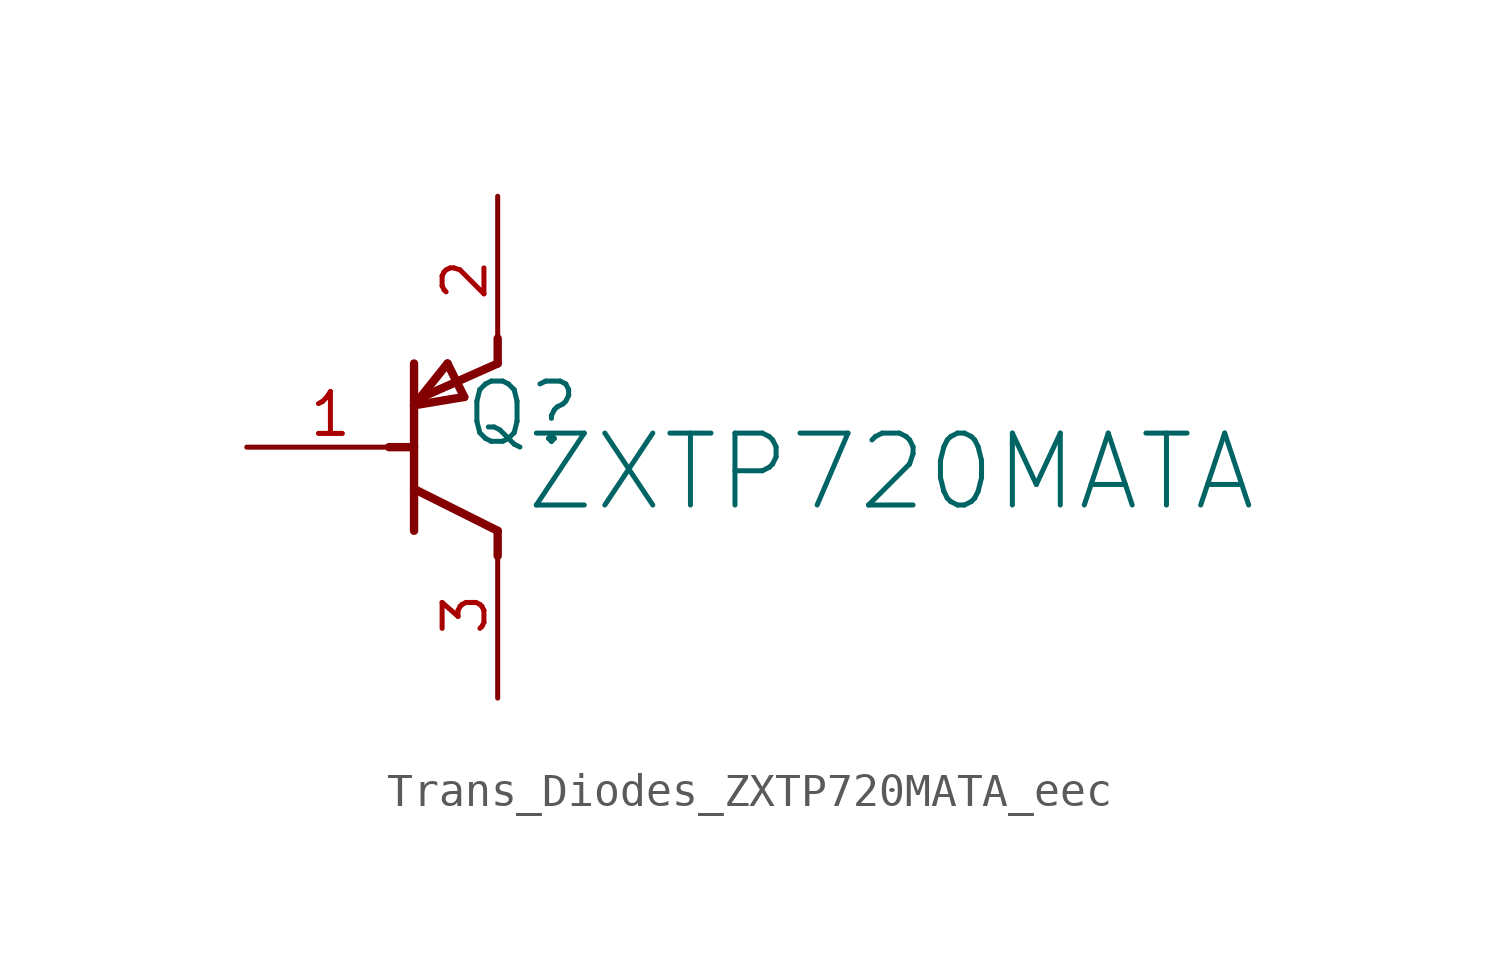
<source format=kicad_sym>
(kicad_symbol_lib
  (version 20231120)
  (generator "kicad_symbol_editor")
  (generator_version "8.0")
  (symbol "Trans_Diodes_ZXTP720MATA_eec"
    (property "Reference" "Q"
      (at 0.762 1.016 0)
      (effects (font (size 1.829 1.829))))
    (property "Value" "ZXTP720MATA"
      (at 0.762 -2.032 0)
      (effects (font (size 2.184 2.184)) (justify left bottom)))
    (symbol "Trans_Diodes_ZXTP720MATA_eec_1_0"
      (polyline (pts (xy -2.54 -1.27) (xy 0 -2.54)) (stroke (width 0.254) (type solid)) (fill (type none)))
      (polyline (pts (xy -2.54 0) (xy -3.302 0)) (stroke (width 0.254) (type solid)) (fill (type none)))
      (polyline (pts (xy -2.54 1.27) (xy -1.524 2.54)) (stroke (width 0.254) (type solid)) (fill (type none)))
      (polyline (pts (xy -2.54 1.27) (xy -1.016 1.524)) (stroke (width 0.254) (type solid)) (fill (type none)))
      (polyline (pts (xy -2.54 2.54) (xy -2.54 -2.54)) (stroke (width 0.254) (type solid)) (fill (type none)))
      (polyline (pts (xy -2.286 1.524) (xy 0 2.54)) (stroke (width 0.254) (type solid)) (fill (type none)))
      (polyline (pts (xy -1.524 2.54) (xy -1.016 1.524)) (stroke (width 0.254) (type solid)) (fill (type none)))
      (polyline (pts (xy 0 -2.54) (xy 0 -3.302)) (stroke (width 0.254) (type solid)) (fill (type none)))
      (polyline (pts (xy 0 2.54) (xy 0 3.302)) (stroke (width 0.254) (type solid)) (fill (type none)))
      (pin passive line (at -7.62 0 0) (length 5.08) (name "B" (effects (font (size 0 0)))) (number "1" (effects (font (size 1.27 1.27)))))
      (pin passive line (at 0 7.62 270) (length 5.08) (name "E" (effects (font (size 0 0)))) (number "2" (effects (font (size 1.27 1.27)))))
      (pin passive line (at 0 -7.62 90) (length 5.08) (name "C" (effects (font (size 0 0)))) (number "3" (effects (font (size 1.27 1.27))))))))
</source>
